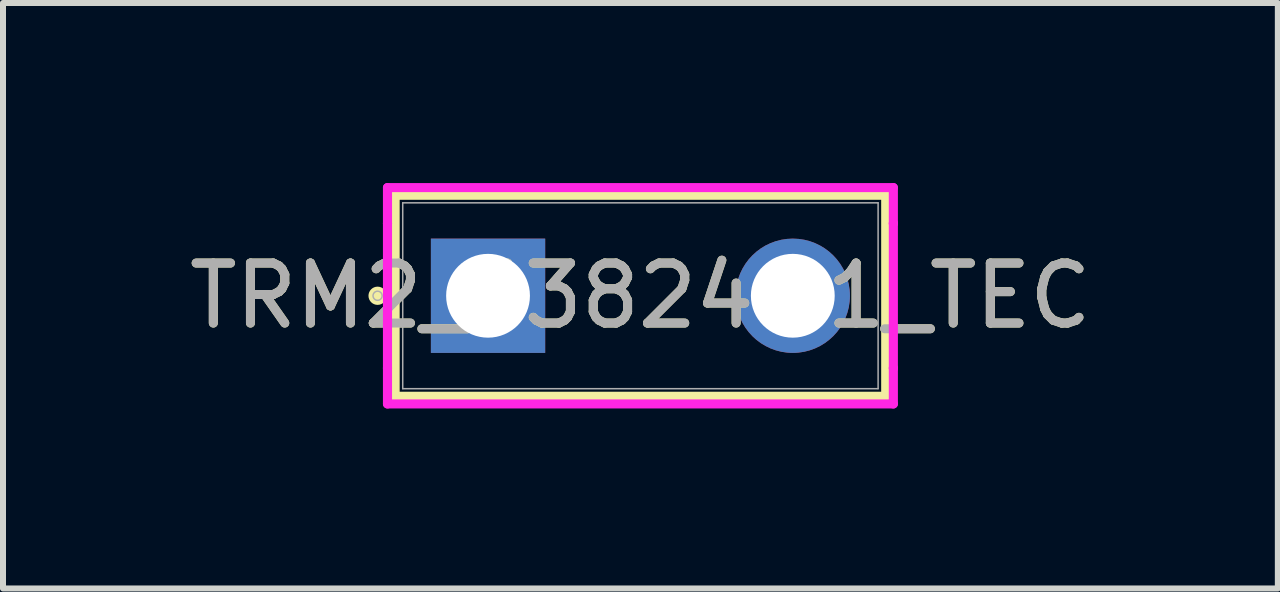
<source format=kicad_pcb>
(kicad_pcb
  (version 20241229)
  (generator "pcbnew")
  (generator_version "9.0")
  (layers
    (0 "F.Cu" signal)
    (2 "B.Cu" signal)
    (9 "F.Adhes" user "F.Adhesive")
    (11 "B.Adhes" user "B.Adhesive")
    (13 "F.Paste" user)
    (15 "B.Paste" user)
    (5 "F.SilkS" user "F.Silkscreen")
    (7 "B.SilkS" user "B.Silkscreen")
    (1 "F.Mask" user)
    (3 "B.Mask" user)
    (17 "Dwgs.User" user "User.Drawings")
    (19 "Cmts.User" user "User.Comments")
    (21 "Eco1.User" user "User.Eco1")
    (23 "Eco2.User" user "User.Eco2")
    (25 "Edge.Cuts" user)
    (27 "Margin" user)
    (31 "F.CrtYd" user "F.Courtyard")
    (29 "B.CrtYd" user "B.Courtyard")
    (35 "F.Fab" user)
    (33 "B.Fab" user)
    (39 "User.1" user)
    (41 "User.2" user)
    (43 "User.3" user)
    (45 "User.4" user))
  (footprint "TRM2_63824-1_TEC"
    (layer "F.Cu")
    (at 5.085 1.88)
    (property "Reference" "TRM2_63824-1_TEC" (at 2.54 0 0) (unlocked yes) (layer "F.SilkS") (effects (font (size 1 1) (thickness 0.15))))
    (attr through_hole)
    (fp_line (start -1.549 -1.676) (end -1.549 1.676) (stroke (width 0.152) (type solid)) (layer "F.SilkS"))
    (fp_line (start -1.549 1.676) (end 6.629 1.676) (stroke (width 0.152) (type solid)) (layer "F.SilkS"))
    (fp_line (start 6.629 -1.676) (end -1.549 -1.676) (stroke (width 0.152) (type solid)) (layer "F.SilkS"))
    (fp_line (start 6.629 1.676) (end 6.629 -1.676) (stroke (width 0.152) (type solid)) (layer "F.SilkS"))
    (fp_circle (center -1.841 0) (end -1.765 0) (stroke (width 0.152) (type solid)) (fill no) (layer "F.SilkS"))
    (fp_line (start -1.676 -1.803) (end 6.756 -1.803) (stroke (width 0.152) (type solid)) (layer "F.CrtYd"))
    (fp_line (start -1.676 -1.206) (end -1.676 -1.803) (stroke (width 0.152) (type solid)) (layer "F.CrtYd"))
    (fp_line (start -1.676 -1.206) (end -1.676 -1.206) (stroke (width 0.152) (type solid)) (layer "F.CrtYd"))
    (fp_line (start -1.676 1.206) (end -1.676 -1.206) (stroke (width 0.152) (type solid)) (layer "F.CrtYd"))
    (fp_line (start -1.676 1.206) (end -1.676 1.206) (stroke (width 0.152) (type solid)) (layer "F.CrtYd"))
    (fp_line (start -1.676 1.803) (end -1.676 1.206) (stroke (width 0.152) (type solid)) (layer "F.CrtYd"))
    (fp_line (start 6.756 -1.803) (end 6.756 -1.206) (stroke (width 0.152) (type solid)) (layer "F.CrtYd"))
    (fp_line (start 6.756 -1.206) (end 6.756 -1.206) (stroke (width 0.152) (type solid)) (layer "F.CrtYd"))
    (fp_line (start 6.756 -1.206) (end 6.756 1.206) (stroke (width 0.152) (type solid)) (layer "F.CrtYd"))
    (fp_line (start 6.756 1.206) (end 6.756 1.206) (stroke (width 0.152) (type solid)) (layer "F.CrtYd"))
    (fp_line (start 6.756 1.206) (end 6.756 1.803) (stroke (width 0.152) (type solid)) (layer "F.CrtYd"))
    (fp_line (start 6.756 1.803) (end -1.676 1.803) (stroke (width 0.152) (type solid)) (layer "F.CrtYd"))
    (fp_line (start -1.422 -1.549) (end -1.422 1.549) (stroke (width 0.025) (type solid)) (layer "F.Fab"))
    (fp_line (start -1.422 1.549) (end 6.502 1.549) (stroke (width 0.025) (type solid)) (layer "F.Fab"))
    (fp_line (start 6.502 -1.549) (end -1.422 -1.549) (stroke (width 0.025) (type solid)) (layer "F.Fab"))
    (fp_line (start 6.502 1.549) (end 6.502 -1.549) (stroke (width 0.025) (type solid)) (layer "F.Fab"))
    (fp_circle (center -1.841 0) (end -1.765 0) (stroke (width 0.025) (type solid)) (fill no) (layer "F.Fab"))
    (fp_text user "${REFERENCE}" (at 2.54 0 0) (unlocked yes) (layer "F.Fab") (effects (font (size 1 1) (thickness 0.15))))
    (pad "1" thru_hole rect (at 0 0) (size 1.905 1.905) (drill 1.397) (layers "*.Cu" "*.Mask"))
    (pad "2" thru_hole circle (at 5.08 0) (size 1.905 1.905) (drill 1.397) (layers "*.Cu" "*.Mask")))
  (gr_rect
    (start -3 -3)
    (end 18.25 6.759)
    (stroke (width 0.1) (type default))
    (fill no)
    (layer "Edge.Cuts")))
</source>
